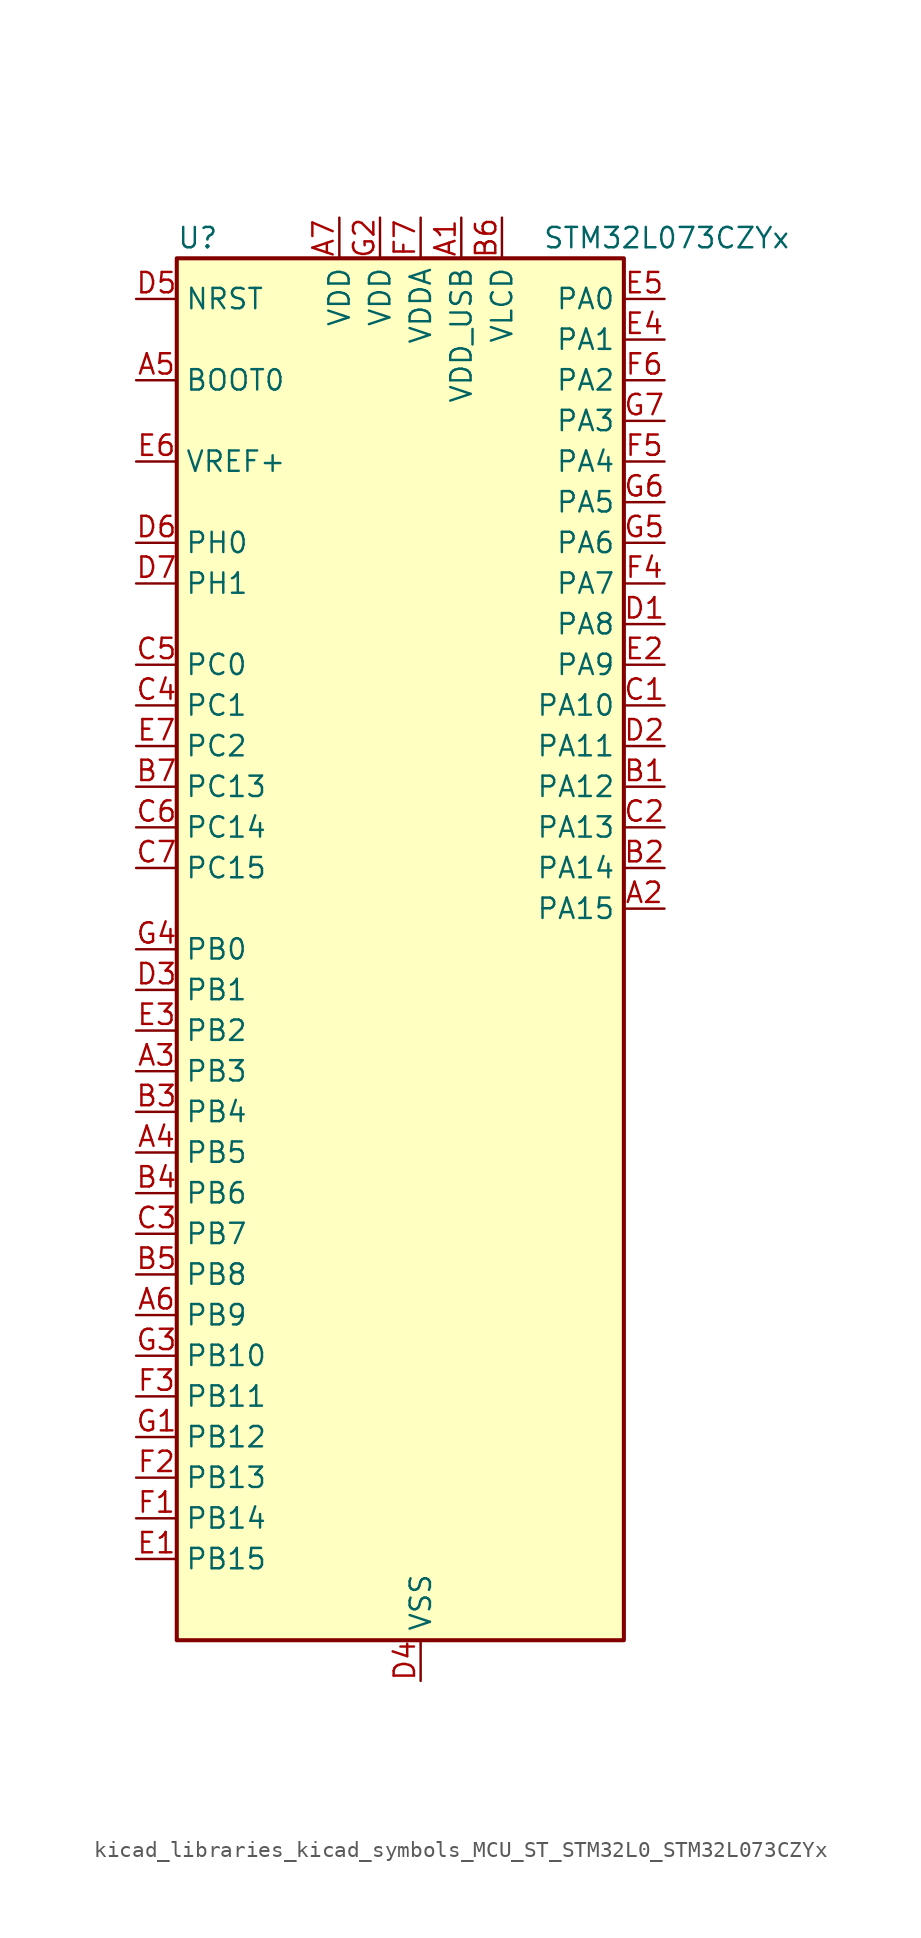
<source format=kicad_sym>
(kicad_symbol_lib
  (version 20220914)
  (generator kicad_symbol_editor)
  (symbol "kicad_libraries_kicad_symbols_MCU_ST_STM32L0_STM32L073CZYx"
    (property "Reference" "U"
      (at -12.7 44.45 0)
      (effects (font (size 1.27 1.27)) (justify left)))
    (property "Value" "STM32L073CZYx"
      (at 10.16 44.45 0)
      (effects (font (size 1.27 1.27)) (justify left)))
    (property "ki_locked" ""
      (at 0 0 0)
      (effects (font (size 1.27 1.27))))
    (symbol "kicad_libraries_kicad_symbols_MCU_ST_STM32L0_STM32L073CZYx_0_1"
      (rectangle (start -12.7 -43.18) (end 15.24 43.18) (stroke (width 0.254) (type default)) (fill (type background))))
    (symbol "kicad_libraries_kicad_symbols_MCU_ST_STM32L0_STM32L073CZYx_1_1"
      (pin power_in line (at 5.08 45.72 270) (length 2.54) (name "VDD_USB" (effects (font (size 1.27 1.27)))) (number "A1" (effects (font (size 1.27 1.27)))))
      (pin bidirectional line (at 17.78 2.54 180) (length 2.54) (name "PA15" (effects (font (size 1.27 1.27)))) (number "A2" (effects (font (size 1.27 1.27)))) (alternate "LCD_SEG17" bidirectional line) (alternate "SPI1_NSS" bidirectional line) (alternate "TIM2_CH1" bidirectional line) (alternate "TIM2_ETR" bidirectional line) (alternate "USART2_RX" bidirectional line) (alternate "USART4_DE" bidirectional line) (alternate "USART4_RTS" bidirectional line))
      (pin bidirectional line (at -15.24 -7.62 0) (length 2.54) (name "PB3" (effects (font (size 1.27 1.27)))) (number "A3" (effects (font (size 1.27 1.27)))) (alternate "COMP2_INM" bidirectional line) (alternate "LCD_SEG7" bidirectional line) (alternate "SPI1_SCK" bidirectional line) (alternate "TIM2_CH2" bidirectional line) (alternate "TSC_G5_IO1" bidirectional line) (alternate "USART1_DE" bidirectional line) (alternate "USART1_RTS" bidirectional line) (alternate "USART5_TX" bidirectional line))
      (pin bidirectional line (at -15.24 -12.7 0) (length 2.54) (name "PB5" (effects (font (size 1.27 1.27)))) (number "A4" (effects (font (size 1.27 1.27)))) (alternate "COMP2_INP" bidirectional line) (alternate "I2C1_SMBA" bidirectional line) (alternate "LCD_SEG9" bidirectional line) (alternate "LPTIM1_IN1" bidirectional line) (alternate "SPI1_MOSI" bidirectional line) (alternate "TIM22_CH2" bidirectional line) (alternate "TIM3_CH2" bidirectional line) (alternate "USART1_CK" bidirectional line) (alternate "USART5_CK" bidirectional line) (alternate "USART5_DE" bidirectional line) (alternate "USART5_RTS" bidirectional line))
      (pin input line (at -15.24 35.56 0) (length 2.54) (name "BOOT0" (effects (font (size 1.27 1.27)))) (number "A5" (effects (font (size 1.27 1.27)))))
      (pin bidirectional line (at -15.24 -22.86 0) (length 2.54) (name "PB9" (effects (font (size 1.27 1.27)))) (number "A6" (effects (font (size 1.27 1.27)))) (alternate "DAC_EXTI9" bidirectional line) (alternate "I2C1_SDA" bidirectional line) (alternate "I2S2_WS" bidirectional line) (alternate "LCD_COM3" bidirectional line) (alternate "SPI2_NSS" bidirectional line))
      (pin power_in line (at -2.54 45.72 270) (length 2.54) (name "VDD" (effects (font (size 1.27 1.27)))) (number "A7" (effects (font (size 1.27 1.27)))))
      (pin bidirectional line (at 17.78 10.16 180) (length 2.54) (name "PA12" (effects (font (size 1.27 1.27)))) (number "B1" (effects (font (size 1.27 1.27)))) (alternate "COMP2_OUT" bidirectional line) (alternate "SPI1_MOSI" bidirectional line) (alternate "TSC_G4_IO4" bidirectional line) (alternate "USART1_DE" bidirectional line) (alternate "USART1_RTS" bidirectional line) (alternate "USB_DP" bidirectional line))
      (pin bidirectional line (at 17.78 5.08 180) (length 2.54) (name "PA14" (effects (font (size 1.27 1.27)))) (number "B2" (effects (font (size 1.27 1.27)))) (alternate "LPUART1_TX" bidirectional line) (alternate "SYS_SWCLK" bidirectional line) (alternate "USART2_TX" bidirectional line))
      (pin bidirectional line (at -15.24 -10.16 0) (length 2.54) (name "PB4" (effects (font (size 1.27 1.27)))) (number "B3" (effects (font (size 1.27 1.27)))) (alternate "COMP2_INP" bidirectional line) (alternate "I2C3_SDA" bidirectional line) (alternate "LCD_SEG8" bidirectional line) (alternate "SPI1_MISO" bidirectional line) (alternate "TIM22_CH1" bidirectional line) (alternate "TIM3_CH1" bidirectional line) (alternate "TSC_G5_IO2" bidirectional line) (alternate "USART1_CTS" bidirectional line) (alternate "USART5_RX" bidirectional line))
      (pin bidirectional line (at -15.24 -15.24 0) (length 2.54) (name "PB6" (effects (font (size 1.27 1.27)))) (number "B4" (effects (font (size 1.27 1.27)))) (alternate "COMP2_INP" bidirectional line) (alternate "I2C1_SCL" bidirectional line) (alternate "LPTIM1_ETR" bidirectional line) (alternate "TSC_G5_IO3" bidirectional line) (alternate "USART1_TX" bidirectional line))
      (pin bidirectional line (at -15.24 -20.32 0) (length 2.54) (name "PB8" (effects (font (size 1.27 1.27)))) (number "B5" (effects (font (size 1.27 1.27)))) (alternate "I2C1_SCL" bidirectional line) (alternate "LCD_SEG16" bidirectional line) (alternate "TSC_SYNC" bidirectional line))
      (pin power_in line (at 7.62 45.72 270) (length 2.54) (name "VLCD" (effects (font (size 1.27 1.27)))) (number "B6" (effects (font (size 1.27 1.27)))))
      (pin bidirectional line (at -15.24 10.16 0) (length 2.54) (name "PC13" (effects (font (size 1.27 1.27)))) (number "B7" (effects (font (size 1.27 1.27)))) (alternate "RTC_OUT_ALARM" bidirectional line) (alternate "RTC_OUT_CALIB" bidirectional line) (alternate "RTC_TAMP1" bidirectional line) (alternate "RTC_TS" bidirectional line) (alternate "SYS_WKUP2" bidirectional line))
      (pin bidirectional line (at 17.78 15.24 180) (length 2.54) (name "PA10" (effects (font (size 1.27 1.27)))) (number "C1" (effects (font (size 1.27 1.27)))) (alternate "I2C1_SDA" bidirectional line) (alternate "LCD_COM2" bidirectional line) (alternate "TSC_G4_IO2" bidirectional line) (alternate "USART1_RX" bidirectional line))
      (pin bidirectional line (at 17.78 7.62 180) (length 2.54) (name "PA13" (effects (font (size 1.27 1.27)))) (number "C2" (effects (font (size 1.27 1.27)))) (alternate "LPUART1_RX" bidirectional line) (alternate "SYS_SWDIO" bidirectional line) (alternate "USB_NOE" bidirectional line))
      (pin bidirectional line (at -15.24 -17.78 0) (length 2.54) (name "PB7" (effects (font (size 1.27 1.27)))) (number "C3" (effects (font (size 1.27 1.27)))) (alternate "COMP2_INP" bidirectional line) (alternate "I2C1_SDA" bidirectional line) (alternate "LPTIM1_IN2" bidirectional line) (alternate "SYS_PVD_IN" bidirectional line) (alternate "TSC_G5_IO4" bidirectional line) (alternate "USART1_RX" bidirectional line) (alternate "USART4_CTS" bidirectional line))
      (pin bidirectional line (at -15.24 15.24 0) (length 2.54) (name "PC1" (effects (font (size 1.27 1.27)))) (number "C4" (effects (font (size 1.27 1.27)))) (alternate "ADC_IN11" bidirectional line) (alternate "I2C3_SDA" bidirectional line) (alternate "LCD_SEG19" bidirectional line) (alternate "LPTIM1_OUT" bidirectional line) (alternate "LPUART1_TX" bidirectional line) (alternate "TSC_G7_IO2" bidirectional line))
      (pin bidirectional line (at -15.24 17.78 0) (length 2.54) (name "PC0" (effects (font (size 1.27 1.27)))) (number "C5" (effects (font (size 1.27 1.27)))) (alternate "ADC_IN10" bidirectional line) (alternate "I2C3_SCL" bidirectional line) (alternate "LCD_SEG18" bidirectional line) (alternate "LPTIM1_IN1" bidirectional line) (alternate "LPUART1_RX" bidirectional line) (alternate "TSC_G7_IO1" bidirectional line))
      (pin bidirectional line (at -15.24 7.62 0) (length 2.54) (name "PC14" (effects (font (size 1.27 1.27)))) (number "C6" (effects (font (size 1.27 1.27)))) (alternate "RCC_OSC32_IN" bidirectional line))
      (pin bidirectional line (at -15.24 5.08 0) (length 2.54) (name "PC15" (effects (font (size 1.27 1.27)))) (number "C7" (effects (font (size 1.27 1.27)))) (alternate "RCC_OSC32_OUT" bidirectional line))
      (pin bidirectional line (at 17.78 20.32 180) (length 2.54) (name "PA8" (effects (font (size 1.27 1.27)))) (number "D1" (effects (font (size 1.27 1.27)))) (alternate "CRS_SYNC" bidirectional line) (alternate "I2C3_SCL" bidirectional line) (alternate "LCD_COM0" bidirectional line) (alternate "RCC_MCO" bidirectional line) (alternate "USART1_CK" bidirectional line))
      (pin bidirectional line (at 17.78 12.7 180) (length 2.54) (name "PA11" (effects (font (size 1.27 1.27)))) (number "D2" (effects (font (size 1.27 1.27)))) (alternate "ADC_EXTI11" bidirectional line) (alternate "COMP1_OUT" bidirectional line) (alternate "SPI1_MISO" bidirectional line) (alternate "TSC_G4_IO3" bidirectional line) (alternate "USART1_CTS" bidirectional line) (alternate "USB_DM" bidirectional line))
      (pin bidirectional line (at -15.24 -2.54 0) (length 2.54) (name "PB1" (effects (font (size 1.27 1.27)))) (number "D3" (effects (font (size 1.27 1.27)))) (alternate "ADC_IN9" bidirectional line) (alternate "LCD_SEG6" bidirectional line) (alternate "LPUART1_DE" bidirectional line) (alternate "LPUART1_RTS" bidirectional line) (alternate "SYS_VREF_OUT_PB1" bidirectional line) (alternate "TIM3_CH4" bidirectional line) (alternate "TSC_G3_IO3" bidirectional line))
      (pin power_in line (at 2.54 -45.72 90) (length 2.54) (name "VSS" (effects (font (size 1.27 1.27)))) (number "D4" (effects (font (size 1.27 1.27)))))
      (pin input line (at -15.24 40.64 0) (length 2.54) (name "NRST" (effects (font (size 1.27 1.27)))) (number "D5" (effects (font (size 1.27 1.27)))))
      (pin bidirectional line (at -15.24 25.4 0) (length 2.54) (name "PH0" (effects (font (size 1.27 1.27)))) (number "D6" (effects (font (size 1.27 1.27)))) (alternate "CRS_SYNC" bidirectional line) (alternate "RCC_OSC_IN" bidirectional line))
      (pin bidirectional line (at -15.24 22.86 0) (length 2.54) (name "PH1" (effects (font (size 1.27 1.27)))) (number "D7" (effects (font (size 1.27 1.27)))) (alternate "RCC_OSC_OUT" bidirectional line))
      (pin bidirectional line (at -15.24 -38.1 0) (length 2.54) (name "PB15" (effects (font (size 1.27 1.27)))) (number "E1" (effects (font (size 1.27 1.27)))) (alternate "I2S2_SD" bidirectional line) (alternate "LCD_SEG15" bidirectional line) (alternate "RTC_REFIN" bidirectional line) (alternate "SPI2_MOSI" bidirectional line))
      (pin bidirectional line (at 17.78 17.78 180) (length 2.54) (name "PA9" (effects (font (size 1.27 1.27)))) (number "E2" (effects (font (size 1.27 1.27)))) (alternate "DAC_EXTI9" bidirectional line) (alternate "I2C1_SCL" bidirectional line) (alternate "I2C3_SMBA" bidirectional line) (alternate "LCD_COM1" bidirectional line) (alternate "RCC_MCO" bidirectional line) (alternate "TSC_G4_IO1" bidirectional line) (alternate "USART1_TX" bidirectional line))
      (pin bidirectional line (at -15.24 -5.08 0) (length 2.54) (name "PB2" (effects (font (size 1.27 1.27)))) (number "E3" (effects (font (size 1.27 1.27)))) (alternate "I2C3_SMBA" bidirectional line) (alternate "LCD_VLCD2" bidirectional line) (alternate "LPTIM1_OUT" bidirectional line) (alternate "TSC_G3_IO4" bidirectional line))
      (pin bidirectional line (at 17.78 38.1 180) (length 2.54) (name "PA1" (effects (font (size 1.27 1.27)))) (number "E4" (effects (font (size 1.27 1.27)))) (alternate "ADC_IN1" bidirectional line) (alternate "COMP1_INP" bidirectional line) (alternate "LCD_SEG0" bidirectional line) (alternate "TIM21_ETR" bidirectional line) (alternate "TIM2_CH2" bidirectional line) (alternate "TSC_G1_IO2" bidirectional line) (alternate "USART2_DE" bidirectional line) (alternate "USART2_RTS" bidirectional line) (alternate "USART4_RX" bidirectional line))
      (pin bidirectional line (at 17.78 40.64 180) (length 2.54) (name "PA0" (effects (font (size 1.27 1.27)))) (number "E5" (effects (font (size 1.27 1.27)))) (alternate "ADC_IN0" bidirectional line) (alternate "COMP1_INM" bidirectional line) (alternate "COMP1_OUT" bidirectional line) (alternate "RTC_TAMP2" bidirectional line) (alternate "SYS_WKUP1" bidirectional line) (alternate "TIM2_CH1" bidirectional line) (alternate "TIM2_ETR" bidirectional line) (alternate "TSC_G1_IO1" bidirectional line) (alternate "USART2_CTS" bidirectional line) (alternate "USART4_TX" bidirectional line))
      (pin input line (at -15.24 30.48 0) (length 2.54) (name "VREF+" (effects (font (size 1.27 1.27)))) (number "E6" (effects (font (size 1.27 1.27)))))
      (pin bidirectional line (at -15.24 12.7 0) (length 2.54) (name "PC2" (effects (font (size 1.27 1.27)))) (number "E7" (effects (font (size 1.27 1.27)))) (alternate "ADC_IN12" bidirectional line) (alternate "I2S2_MCK" bidirectional line) (alternate "LCD_SEG20" bidirectional line) (alternate "LPTIM1_IN2" bidirectional line) (alternate "SPI2_MISO" bidirectional line) (alternate "TSC_G7_IO3" bidirectional line))
      (pin bidirectional line (at -15.24 -35.56 0) (length 2.54) (name "PB14" (effects (font (size 1.27 1.27)))) (number "F1" (effects (font (size 1.27 1.27)))) (alternate "I2C2_SDA" bidirectional line) (alternate "I2S2_MCK" bidirectional line) (alternate "LCD_SEG14" bidirectional line) (alternate "LPUART1_DE" bidirectional line) (alternate "LPUART1_RTS" bidirectional line) (alternate "RTC_OUT_ALARM" bidirectional line) (alternate "RTC_OUT_CALIB" bidirectional line) (alternate "SPI2_MISO" bidirectional line) (alternate "TIM21_CH2" bidirectional line) (alternate "TSC_G6_IO4" bidirectional line))
      (pin bidirectional line (at -15.24 -33.02 0) (length 2.54) (name "PB13" (effects (font (size 1.27 1.27)))) (number "F2" (effects (font (size 1.27 1.27)))) (alternate "I2C2_SCL" bidirectional line) (alternate "I2S2_CK" bidirectional line) (alternate "LCD_SEG13" bidirectional line) (alternate "LPUART1_CTS" bidirectional line) (alternate "RCC_MCO" bidirectional line) (alternate "SPI2_SCK" bidirectional line) (alternate "TIM21_CH1" bidirectional line) (alternate "TSC_G6_IO3" bidirectional line))
      (pin bidirectional line (at -15.24 -27.94 0) (length 2.54) (name "PB11" (effects (font (size 1.27 1.27)))) (number "F3" (effects (font (size 1.27 1.27)))) (alternate "ADC_EXTI11" bidirectional line) (alternate "I2C2_SDA" bidirectional line) (alternate "LCD_SEG11" bidirectional line) (alternate "LPUART1_RX" bidirectional line) (alternate "LPUART1_TX" bidirectional line) (alternate "TIM2_CH4" bidirectional line) (alternate "TSC_G6_IO1" bidirectional line))
      (pin bidirectional line (at 17.78 22.86 180) (length 2.54) (name "PA7" (effects (font (size 1.27 1.27)))) (number "F4" (effects (font (size 1.27 1.27)))) (alternate "ADC_IN7" bidirectional line) (alternate "COMP2_OUT" bidirectional line) (alternate "LCD_SEG4" bidirectional line) (alternate "SPI1_MOSI" bidirectional line) (alternate "TIM22_CH2" bidirectional line) (alternate "TIM3_CH2" bidirectional line) (alternate "TSC_G2_IO4" bidirectional line))
      (pin bidirectional line (at 17.78 30.48 180) (length 2.54) (name "PA4" (effects (font (size 1.27 1.27)))) (number "F5" (effects (font (size 1.27 1.27)))) (alternate "ADC_IN4" bidirectional line) (alternate "COMP1_INM" bidirectional line) (alternate "COMP2_INM" bidirectional line) (alternate "DAC_OUT1" bidirectional line) (alternate "SPI1_NSS" bidirectional line) (alternate "TIM22_ETR" bidirectional line) (alternate "TSC_G2_IO1" bidirectional line) (alternate "USART2_CK" bidirectional line))
      (pin bidirectional line (at 17.78 35.56 180) (length 2.54) (name "PA2" (effects (font (size 1.27 1.27)))) (number "F6" (effects (font (size 1.27 1.27)))) (alternate "ADC_IN2" bidirectional line) (alternate "COMP2_INM" bidirectional line) (alternate "COMP2_OUT" bidirectional line) (alternate "LCD_SEG1" bidirectional line) (alternate "LPUART1_TX" bidirectional line) (alternate "TIM21_CH1" bidirectional line) (alternate "TIM2_CH3" bidirectional line) (alternate "TSC_G1_IO3" bidirectional line) (alternate "USART2_TX" bidirectional line))
      (pin power_in line (at 2.54 45.72 270) (length 2.54) (name "VDDA" (effects (font (size 1.27 1.27)))) (number "F7" (effects (font (size 1.27 1.27)))))
      (pin bidirectional line (at -15.24 -30.48 0) (length 2.54) (name "PB12" (effects (font (size 1.27 1.27)))) (number "G1" (effects (font (size 1.27 1.27)))) (alternate "I2S2_WS" bidirectional line) (alternate "LCD_SEG12" bidirectional line) (alternate "LCD_VLCD2" bidirectional line) (alternate "LPUART1_DE" bidirectional line) (alternate "LPUART1_RTS" bidirectional line) (alternate "SPI2_NSS" bidirectional line) (alternate "TSC_G6_IO2" bidirectional line))
      (pin power_in line (at 0 45.72 270) (length 2.54) (name "VDD" (effects (font (size 1.27 1.27)))) (number "G2" (effects (font (size 1.27 1.27)))))
      (pin bidirectional line (at -15.24 -25.4 0) (length 2.54) (name "PB10" (effects (font (size 1.27 1.27)))) (number "G3" (effects (font (size 1.27 1.27)))) (alternate "I2C2_SCL" bidirectional line) (alternate "LCD_SEG10" bidirectional line) (alternate "LPUART1_RX" bidirectional line) (alternate "LPUART1_TX" bidirectional line) (alternate "SPI2_SCK" bidirectional line) (alternate "TIM2_CH3" bidirectional line) (alternate "TSC_SYNC" bidirectional line))
      (pin bidirectional line (at -15.24 0 0) (length 2.54) (name "PB0" (effects (font (size 1.27 1.27)))) (number "G4" (effects (font (size 1.27 1.27)))) (alternate "ADC_IN8" bidirectional line) (alternate "LCD_SEG5" bidirectional line) (alternate "LCD_VLCD3" bidirectional line) (alternate "SYS_VREF_OUT_PB0" bidirectional line) (alternate "TIM3_CH3" bidirectional line) (alternate "TSC_G3_IO2" bidirectional line))
      (pin bidirectional line (at 17.78 25.4 180) (length 2.54) (name "PA6" (effects (font (size 1.27 1.27)))) (number "G5" (effects (font (size 1.27 1.27)))) (alternate "ADC_IN6" bidirectional line) (alternate "COMP1_OUT" bidirectional line) (alternate "LCD_SEG3" bidirectional line) (alternate "LPUART1_CTS" bidirectional line) (alternate "SPI1_MISO" bidirectional line) (alternate "TIM22_CH1" bidirectional line) (alternate "TIM3_CH1" bidirectional line) (alternate "TSC_G2_IO3" bidirectional line))
      (pin bidirectional line (at 17.78 27.94 180) (length 2.54) (name "PA5" (effects (font (size 1.27 1.27)))) (number "G6" (effects (font (size 1.27 1.27)))) (alternate "ADC_IN5" bidirectional line) (alternate "COMP1_INM" bidirectional line) (alternate "COMP2_INM" bidirectional line) (alternate "DAC_OUT2" bidirectional line) (alternate "SPI1_SCK" bidirectional line) (alternate "TIM2_CH1" bidirectional line) (alternate "TIM2_ETR" bidirectional line) (alternate "TSC_G2_IO2" bidirectional line))
      (pin bidirectional line (at 17.78 33.02 180) (length 2.54) (name "PA3" (effects (font (size 1.27 1.27)))) (number "G7" (effects (font (size 1.27 1.27)))) (alternate "ADC_IN3" bidirectional line) (alternate "COMP2_INP" bidirectional line) (alternate "LCD_SEG2" bidirectional line) (alternate "LPUART1_RX" bidirectional line) (alternate "TIM21_CH2" bidirectional line) (alternate "TIM2_CH4" bidirectional line) (alternate "TSC_G1_IO4" bidirectional line) (alternate "USART2_RX" bidirectional line)))))
</source>
